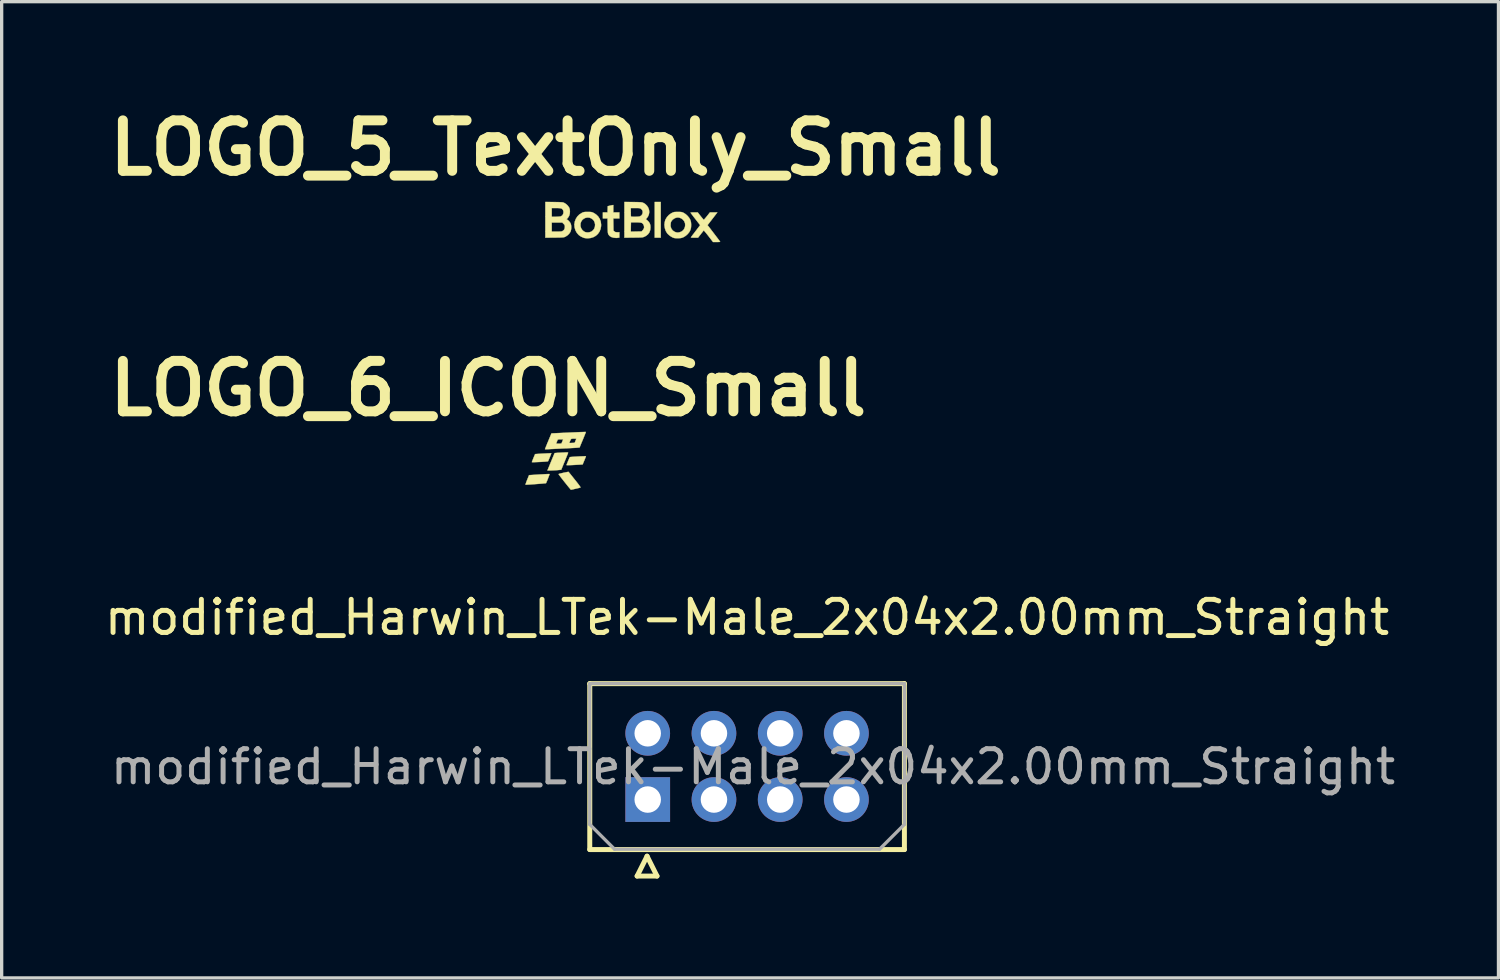
<source format=kicad_pcb>
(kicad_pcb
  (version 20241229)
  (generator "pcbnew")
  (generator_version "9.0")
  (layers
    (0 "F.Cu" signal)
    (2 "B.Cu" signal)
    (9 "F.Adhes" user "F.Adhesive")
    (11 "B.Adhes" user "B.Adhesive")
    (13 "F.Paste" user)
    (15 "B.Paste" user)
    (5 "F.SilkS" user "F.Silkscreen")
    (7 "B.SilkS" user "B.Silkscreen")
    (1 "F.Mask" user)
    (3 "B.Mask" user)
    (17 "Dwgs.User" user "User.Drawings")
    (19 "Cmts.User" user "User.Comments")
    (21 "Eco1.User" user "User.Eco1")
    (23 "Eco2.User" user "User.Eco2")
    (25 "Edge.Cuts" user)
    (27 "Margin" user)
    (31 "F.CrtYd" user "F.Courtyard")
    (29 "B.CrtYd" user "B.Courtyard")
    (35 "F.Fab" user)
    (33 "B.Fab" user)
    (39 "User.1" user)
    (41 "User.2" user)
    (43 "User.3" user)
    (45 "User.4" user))
  (footprint "LOGO_6_ICON_Small"
    (layer "F.Cu")
    (at 13.821 10.94)
    (property "Reference" "LOGO_6_ICON_Small" (at -2.13 -2.26 0) (layer "F.SilkS") (effects (font (size 1.524 1.524) (thickness 0.3))))
    (attr through_hole)
    (fp_poly (pts (xy 0.819 -0.216) (xy 0.817 -0.205) (xy 0.808 -0.18) (xy 0.793 -0.144) (xy 0.775 -0.099) (xy 0.771 -0.09) (xy 0.72 0.033) (xy 0.616 0.039) (xy 0.509 0.045) (xy 0.419 0.05) (xy 0.345 0.053) (xy 0.29 0.054) (xy 0.253 0.054) (xy 0.235 0.053) (xy 0.234 0.052) (xy 0.237 0.039) (xy 0.247 0.012) (xy 0.262 -0.024) (xy 0.278 -0.065) (xy 0.296 -0.106) (xy 0.312 -0.144) (xy 0.325 -0.172) (xy 0.332 -0.188) (xy 0.333 -0.189) (xy 0.345 -0.191) (xy 0.373 -0.194) (xy 0.415 -0.197) (xy 0.466 -0.201) (xy 0.524 -0.204) (xy 0.584 -0.208) (xy 0.645 -0.211) (xy 0.701 -0.213) (xy 0.75 -0.215) (xy 0.788 -0.216) (xy 0.812 -0.216) (xy 0.819 -0.216)) (stroke (width 0.01) (type solid)) (fill yes) (layer "F.SilkS"))
    (fp_poly (pts (xy -0.281 0.322) (xy -0.279 0.322) (xy -0.281 0.332) (xy -0.289 0.357) (xy -0.302 0.393) (xy -0.318 0.435) (xy -0.335 0.479) (xy -0.352 0.522) (xy -0.368 0.558) (xy -0.379 0.585) (xy -0.386 0.598) (xy -0.397 0.6) (xy -0.425 0.603) (xy -0.468 0.607) (xy -0.522 0.612) (xy -0.584 0.617) (xy -0.651 0.622) (xy -0.72 0.627) (xy -0.789 0.632) (xy -0.854 0.637) (xy -0.913 0.64) (xy -0.961 0.643) (xy -0.997 0.645) (xy -1.002 0.645) (xy -1.003 0.636) (xy -0.997 0.611) (xy -0.984 0.573) (xy -0.966 0.525) (xy -0.956 0.5) (xy -0.898 0.356) (xy -0.591 0.336) (xy -0.514 0.332) (xy -0.444 0.328) (xy -0.383 0.325) (xy -0.334 0.323) (xy -0.299 0.321) (xy -0.281 0.322)) (stroke (width 0.01) (type solid)) (fill yes) (layer "F.SilkS"))
    (fp_poly (pts (xy -0.226 -0.306) (xy -0.229 -0.296) (xy -0.237 -0.272) (xy -0.251 -0.237) (xy -0.267 -0.197) (xy -0.284 -0.156) (xy -0.3 -0.118) (xy -0.313 -0.087) (xy -0.323 -0.067) (xy -0.325 -0.063) (xy -0.337 -0.06) (xy -0.365 -0.057) (xy -0.406 -0.053) (xy -0.457 -0.05) (xy -0.515 -0.046) (xy -0.575 -0.043) (xy -0.635 -0.04) (xy -0.692 -0.038) (xy -0.741 -0.036) (xy -0.78 -0.035) (xy -0.805 -0.036) (xy -0.813 -0.038) (xy -0.809 -0.049) (xy -0.799 -0.075) (xy -0.785 -0.111) (xy -0.769 -0.152) (xy -0.752 -0.193) (xy -0.736 -0.231) (xy -0.724 -0.26) (xy -0.716 -0.277) (xy -0.715 -0.279) (xy -0.704 -0.281) (xy -0.676 -0.283) (xy -0.635 -0.286) (xy -0.584 -0.289) (xy -0.527 -0.293) (xy -0.466 -0.296) (xy -0.405 -0.299) (xy -0.349 -0.302) (xy -0.299 -0.304) (xy -0.259 -0.306) (xy -0.234 -0.306) (xy -0.226 -0.306)) (stroke (width 0.01) (type solid)) (fill yes) (layer "F.SilkS"))
    (fp_poly (pts (xy 0.262 -0.331) (xy 0.275 -0.329) (xy 0.28 -0.325) (xy 0.281 -0.32) (xy 0.28 -0.315) (xy 0.275 -0.3) (xy 0.263 -0.27) (xy 0.245 -0.226) (xy 0.223 -0.171) (xy 0.198 -0.109) (xy 0.174 -0.051) (xy 0.074 0.193) (xy 0.009 0.199) (xy -0.042 0.204) (xy -0.098 0.208) (xy -0.156 0.211) (xy -0.211 0.213) (xy -0.261 0.215) (xy -0.302 0.215) (xy -0.33 0.215) (xy -0.343 0.213) (xy -0.343 0.212) (xy -0.338 0.2) (xy -0.326 0.173) (xy -0.309 0.131) (xy -0.287 0.079) (xy -0.262 0.018) (xy -0.234 -0.05) (xy -0.234 -0.051) (xy -0.206 -0.118) (xy -0.181 -0.179) (xy -0.159 -0.231) (xy -0.142 -0.272) (xy -0.13 -0.299) (xy -0.125 -0.31) (xy -0.125 -0.31) (xy -0.114 -0.312) (xy -0.086 -0.314) (xy -0.043 -0.318) (xy 0.01 -0.321) (xy 0.071 -0.324) (xy 0.082 -0.325) (xy 0.151 -0.328) (xy 0.202 -0.331) (xy 0.238 -0.332) (xy 0.262 -0.331)) (stroke (width 0.01) (type solid)) (fill yes) (layer "F.SilkS"))
    (fp_poly (pts (xy 0.296 0.257) (xy 0.303 0.266) (xy 0.322 0.29) (xy 0.35 0.325) (xy 0.386 0.37) (xy 0.428 0.422) (xy 0.474 0.48) (xy 0.486 0.495) (xy 0.541 0.564) (xy 0.584 0.619) (xy 0.615 0.661) (xy 0.637 0.691) (xy 0.65 0.712) (xy 0.655 0.725) (xy 0.653 0.73) (xy 0.653 0.73) (xy 0.633 0.736) (xy 0.601 0.744) (xy 0.559 0.754) (xy 0.513 0.765) (xy 0.467 0.775) (xy 0.425 0.785) (xy 0.392 0.792) (xy 0.371 0.796) (xy 0.367 0.797) (xy 0.359 0.789) (xy 0.341 0.767) (xy 0.313 0.734) (xy 0.277 0.69) (xy 0.235 0.638) (xy 0.189 0.58) (xy 0.174 0.562) (xy 0.128 0.503) (xy 0.085 0.449) (xy 0.049 0.402) (xy 0.021 0.364) (xy 0.002 0.338) (xy -0.006 0.324) (xy -0.007 0.323) (xy 0.006 0.318) (xy 0.034 0.31) (xy 0.072 0.3) (xy 0.117 0.29) (xy 0.165 0.279) (xy 0.211 0.27) (xy 0.25 0.262) (xy 0.28 0.257) (xy 0.295 0.256) (xy 0.296 0.257)) (stroke (width 0.01) (type solid)) (fill yes) (layer "F.SilkS"))
    (fp_poly (pts (xy 0.817 -0.949) (xy 0.815 -0.939) (xy 0.805 -0.912) (xy 0.79 -0.873) (xy 0.769 -0.822) (xy 0.745 -0.763) (xy 0.726 -0.716) (xy 0.699 -0.653) (xy 0.675 -0.595) (xy 0.655 -0.546) (xy 0.64 -0.509) (xy 0.63 -0.486) (xy 0.628 -0.48) (xy 0.617 -0.478) (xy 0.589 -0.476) (xy 0.544 -0.472) (xy 0.485 -0.468) (xy 0.414 -0.464) (xy 0.334 -0.46) (xy 0.245 -0.455) (xy 0.188 -0.453) (xy 0.092 -0.448) (xy -0.001 -0.444) (xy -0.087 -0.44) (xy -0.165 -0.436) (xy -0.232 -0.433) (xy -0.285 -0.43) (xy -0.322 -0.428) (xy -0.333 -0.427) (xy -0.371 -0.425) (xy -0.4 -0.426) (xy -0.415 -0.428) (xy -0.417 -0.429) (xy -0.413 -0.44) (xy -0.402 -0.467) (xy -0.386 -0.508) (xy -0.365 -0.559) (xy -0.35 -0.594) (xy -0.081 -0.594) (xy -0.001 -0.594) (xy 0.046 -0.596) (xy 0.075 -0.6) (xy 0.084 -0.607) (xy 0.087 -0.614) (xy 0.316 -0.614) (xy 0.398 -0.617) (xy 0.479 -0.62) (xy 0.504 -0.68) (xy 0.516 -0.711) (xy 0.525 -0.734) (xy 0.528 -0.743) (xy 0.519 -0.745) (xy 0.494 -0.746) (xy 0.459 -0.747) (xy 0.453 -0.747) (xy 0.412 -0.746) (xy 0.386 -0.742) (xy 0.368 -0.73) (xy 0.354 -0.707) (xy 0.338 -0.668) (xy 0.337 -0.668) (xy 0.316 -0.614) (xy 0.087 -0.614) (xy 0.091 -0.623) (xy 0.102 -0.651) (xy 0.111 -0.673) (xy 0.132 -0.726) (xy 0.052 -0.726) (xy 0.004 -0.725) (xy -0.024 -0.72) (xy -0.033 -0.714) (xy -0.04 -0.698) (xy -0.051 -0.67) (xy -0.06 -0.648) (xy -0.081 -0.594) (xy -0.35 -0.594) (xy -0.34 -0.619) (xy -0.319 -0.671) (xy -0.221 -0.905) (xy 0.296 -0.929) (xy 0.397 -0.933) (xy 0.491 -0.937) (xy 0.577 -0.941) (xy 0.653 -0.944) (xy 0.717 -0.946) (xy 0.766 -0.948) (xy 0.8 -0.949) (xy 0.816 -0.949) (xy 0.817 -0.949)) (stroke (width 0.01) (type solid)) (fill yes) (layer "F.SilkS")))
  (footprint "modified_Harwin_LTek-Male_2x04x2.00mm_Straight"
    (layer "F.Cu")
    (at 16.506 21.09)
    (property "Reference" "modified_Harwin_LTek-Male_2x04x2.00mm_Straight" (at 3 -5.5 0) (layer "F.SilkS") (effects (font (size 1 1) (thickness 0.15))))
    (attr through_hole)
    (fp_line (start -1.75 -3.5) (end 7.75 -3.5) (stroke (width 0.15) (type solid)) (layer "F.SilkS"))
    (fp_line (start -1.75 1.51) (end -1.75 -3.5) (stroke (width 0.15) (type solid)) (layer "F.SilkS"))
    (fp_line (start -0.32 2.31) (end 0.28 2.31) (stroke (width 0.15) (type solid)) (layer "F.SilkS"))
    (fp_line (start -0.02 1.71) (end -0.32 2.31) (stroke (width 0.15) (type solid)) (layer "F.SilkS"))
    (fp_line (start 0.28 2.31) (end -0.02 1.71) (stroke (width 0.15) (type solid)) (layer "F.SilkS"))
    (fp_line (start 7.75 -3.5) (end 7.75 1.51) (stroke (width 0.15) (type solid)) (layer "F.SilkS"))
    (fp_line (start 7.75 1.51) (end -1.75 1.51) (stroke (width 0.15) (type solid)) (layer "F.SilkS"))
    (fp_line (start -1.75 -3.5) (end 7.75 -3.5) (stroke (width 0.1) (type solid)) (layer "F.Fab"))
    (fp_line (start -1.75 0.75) (end -1.75 -3.5) (stroke (width 0.1) (type solid)) (layer "F.Fab"))
    (fp_line (start -1 1.5) (end -1.75 0.75) (stroke (width 0.1) (type solid)) (layer "F.Fab"))
    (fp_line (start 7 1.5) (end -1 1.5) (stroke (width 0.1) (type solid)) (layer "F.Fab"))
    (fp_line (start 7.75 -3.5) (end 7.75 0.75) (stroke (width 0.1) (type solid)) (layer "F.Fab"))
    (fp_line (start 7.75 0.75) (end 7 1.5) (stroke (width 0.1) (type solid)) (layer "F.Fab"))
    (fp_text user "${REFERENCE}" (at 3.18 -0.99 0) (layer "F.Fab") (effects (font (size 1 1) (thickness 0.15))))
    (pad "1" thru_hole rect (at 0 0) (size 1.35 1.35) (drill 0.8) (layers "*.Cu" "*.Mask"))
    (pad "2" thru_hole circle (at 2 0) (size 1.35 1.35) (drill 0.8) (layers "*.Cu" "*.Mask"))
    (pad "3" thru_hole circle (at 4 0) (size 1.35 1.35) (drill 0.8) (layers "*.Cu" "*.Mask"))
    (pad "4" thru_hole circle (at 6 0) (size 1.35 1.35) (drill 0.8) (layers "*.Cu" "*.Mask"))
    (pad "5" thru_hole circle (at 0 -2) (size 1.35 1.35) (drill 0.8) (layers "*.Cu" "*.Mask"))
    (pad "6" thru_hole circle (at 2 -2) (size 1.35 1.35) (drill 0.8) (layers "*.Cu" "*.Mask"))
    (pad "7" thru_hole circle (at 4 -2) (size 1.35 1.35) (drill 0.8) (layers "*.Cu" "*.Mask"))
    (pad "8" thru_hole circle (at 6 -2) (size 1.35 1.35) (drill 0.8) (layers "*.Cu" "*.Mask")))
  (footprint "LOGO_5_TextOnly_Small"
    (layer "F.Cu")
    (at 15.853 3.678)
    (property "Reference" "LOGO_5_TextOnly_Small" (at -2.13 -2.26 0) (layer "F.SilkS") (effects (font (size 1.524 1.524) (thickness 0.3))))
    (attr through_hole)
    (fp_poly (pts (xy 1.046 0.447) (xy 0.864 0.447) (xy 0.864 -0.63) (xy 1.046 -0.63) (xy 1.046 0.447)) (stroke (width 0.01) (type solid)) (fill yes) (layer "F.SilkS"))
    (fp_poly (pts (xy -0.386 -0.315) (xy -0.203 -0.315) (xy -0.203 -0.132) (xy -0.387 -0.132) (xy -0.384 0.052) (xy -0.381 0.235) (xy -0.352 0.26) (xy -0.331 0.275) (xy -0.306 0.282) (xy -0.269 0.284) (xy -0.264 0.284) (xy -0.203 0.284) (xy -0.203 0.444) (xy -0.241 0.451) (xy -0.276 0.455) (xy -0.309 0.455) (xy -0.349 0.451) (xy -0.386 0.446) (xy -0.448 0.427) (xy -0.498 0.396) (xy -0.532 0.353) (xy -0.534 0.349) (xy -0.541 0.334) (xy -0.546 0.315) (xy -0.55 0.292) (xy -0.552 0.259) (xy -0.554 0.214) (xy -0.556 0.155) (xy -0.557 0.089) (xy -0.56 -0.132) (xy -0.701 -0.132) (xy -0.701 -0.315) (xy -0.56 -0.315) (xy -0.557 -0.408) (xy -0.554 -0.502) (xy -0.507 -0.514) (xy -0.469 -0.523) (xy -0.432 -0.531) (xy -0.423 -0.533) (xy -0.386 -0.539) (xy -0.386 -0.315)) (stroke (width 0.01) (type solid)) (fill yes) (layer "F.SilkS"))
    (fp_poly (pts (xy -1.106 -0.33) (xy -1.069 -0.328) (xy -1.041 -0.324) (xy -1.017 -0.317) (xy -0.991 -0.305) (xy -0.986 -0.303) (xy -0.906 -0.253) (xy -0.842 -0.191) (xy -0.795 -0.118) (xy -0.765 -0.037) (xy -0.754 0.053) (xy -0.755 0.099) (xy -0.771 0.187) (xy -0.804 0.267) (xy -0.852 0.335) (xy -0.914 0.391) (xy -0.987 0.432) (xy -1.071 0.458) (xy -1.162 0.467) (xy -1.162 0.467) (xy -1.205 0.464) (xy -1.247 0.459) (xy -1.275 0.453) (xy -1.36 0.416) (xy -1.432 0.365) (xy -1.489 0.299) (xy -1.531 0.222) (xy -1.556 0.133) (xy -1.562 0.045) (xy -1.56 0.038) (xy -1.378 0.038) (xy -1.376 0.103) (xy -1.357 0.163) (xy -1.322 0.217) (xy -1.274 0.259) (xy -1.234 0.279) (xy -1.179 0.29) (xy -1.118 0.287) (xy -1.06 0.269) (xy -1.041 0.259) (xy -0.994 0.221) (xy -0.96 0.171) (xy -0.941 0.113) (xy -0.936 0.052) (xy -0.947 -0.008) (xy -0.973 -0.064) (xy -1 -0.097) (xy -1.052 -0.135) (xy -1.108 -0.157) (xy -1.166 -0.161) (xy -1.223 -0.151) (xy -1.276 -0.126) (xy -1.321 -0.089) (xy -1.355 -0.039) (xy -1.376 0.021) (xy -1.378 0.038) (xy -1.56 0.038) (xy -1.548 -0.04) (xy -1.517 -0.12) (xy -1.471 -0.192) (xy -1.409 -0.254) (xy -1.334 -0.301) (xy -1.334 -0.301) (xy -1.306 -0.314) (xy -1.282 -0.322) (xy -1.256 -0.327) (xy -1.222 -0.33) (xy -1.174 -0.33) (xy -1.158 -0.33) (xy -1.106 -0.33)) (stroke (width 0.01) (type solid)) (fill yes) (layer "F.SilkS"))
    (fp_poly (pts (xy 2.25 -0.203) (xy 2.283 -0.163) (xy 2.311 -0.129) (xy 2.332 -0.105) (xy 2.344 -0.092) (xy 2.346 -0.091) (xy 2.355 -0.099) (xy 2.373 -0.12) (xy 2.4 -0.151) (xy 2.431 -0.189) (xy 2.443 -0.203) (xy 2.531 -0.315) (xy 2.755 -0.315) (xy 2.671 -0.206) (xy 2.632 -0.155) (xy 2.591 -0.102) (xy 2.551 -0.051) (xy 2.523 -0.014) (xy 2.459 0.069) (xy 2.646 0.313) (xy 2.693 0.375) (xy 2.736 0.431) (xy 2.774 0.481) (xy 2.804 0.521) (xy 2.826 0.55) (xy 2.838 0.566) (xy 2.839 0.568) (xy 2.834 0.574) (xy 2.811 0.577) (xy 2.768 0.579) (xy 2.736 0.579) (xy 2.625 0.579) (xy 2.489 0.402) (xy 2.449 0.351) (xy 2.413 0.306) (xy 2.382 0.27) (xy 2.36 0.244) (xy 2.347 0.231) (xy 2.345 0.23) (xy 2.336 0.239) (xy 2.318 0.262) (xy 2.292 0.294) (xy 2.262 0.332) (xy 2.255 0.341) (xy 2.173 0.447) (xy 2.061 0.447) (xy 2.01 0.447) (xy 1.978 0.445) (xy 1.961 0.442) (xy 1.957 0.437) (xy 1.958 0.434) (xy 1.967 0.423) (xy 1.986 0.398) (xy 2.014 0.361) (xy 2.048 0.317) (xy 2.086 0.266) (xy 2.102 0.246) (xy 2.236 0.07) (xy 2.101 -0.104) (xy 2.06 -0.156) (xy 2.023 -0.204) (xy 1.992 -0.245) (xy 1.969 -0.276) (xy 1.955 -0.294) (xy 1.953 -0.297) (xy 1.948 -0.305) (xy 1.95 -0.31) (xy 1.962 -0.313) (xy 1.986 -0.314) (xy 2.027 -0.315) (xy 2.051 -0.315) (xy 2.163 -0.315) (xy 2.25 -0.203)) (stroke (width 0.01) (type solid)) (fill yes) (layer "F.SilkS"))
    (fp_poly (pts (xy 1.616 -0.33) (xy 1.652 -0.328) (xy 1.679 -0.324) (xy 1.703 -0.317) (xy 1.727 -0.306) (xy 1.743 -0.298) (xy 1.802 -0.26) (xy 1.857 -0.209) (xy 1.904 -0.152) (xy 1.937 -0.094) (xy 1.941 -0.084) (xy 1.954 -0.044) (xy 1.961 -0.001) (xy 1.964 0.052) (xy 1.964 0.066) (xy 1.962 0.122) (xy 1.956 0.167) (xy 1.944 0.207) (xy 1.941 0.216) (xy 1.908 0.279) (xy 1.86 0.338) (xy 1.801 0.391) (xy 1.74 0.429) (xy 1.704 0.445) (xy 1.673 0.455) (xy 1.639 0.461) (xy 1.594 0.463) (xy 1.581 0.464) (xy 1.534 0.464) (xy 1.488 0.462) (xy 1.453 0.458) (xy 1.445 0.456) (xy 1.401 0.439) (xy 1.35 0.41) (xy 1.3 0.373) (xy 1.257 0.333) (xy 1.237 0.31) (xy 1.197 0.242) (xy 1.171 0.164) (xy 1.159 0.081) (xy 1.16 0.059) (xy 1.341 0.059) (xy 1.348 0.125) (xy 1.371 0.184) (xy 1.411 0.233) (xy 1.465 0.27) (xy 1.504 0.285) (xy 1.545 0.293) (xy 1.59 0.29) (xy 1.633 0.279) (xy 1.689 0.253) (xy 1.734 0.212) (xy 1.765 0.159) (xy 1.782 0.099) (xy 1.782 0.033) (xy 1.778 0.009) (xy 1.754 -0.049) (xy 1.715 -0.098) (xy 1.664 -0.135) (xy 1.606 -0.157) (xy 1.561 -0.163) (xy 1.506 -0.154) (xy 1.452 -0.13) (xy 1.405 -0.095) (xy 1.369 -0.052) (xy 1.352 -0.014) (xy 1.341 0.059) (xy 1.16 0.059) (xy 1.163 -0.002) (xy 1.181 -0.08) (xy 1.191 -0.103) (xy 1.235 -0.175) (xy 1.293 -0.238) (xy 1.362 -0.288) (xy 1.38 -0.297) (xy 1.41 -0.311) (xy 1.435 -0.321) (xy 1.461 -0.327) (xy 1.492 -0.329) (xy 1.535 -0.33) (xy 1.564 -0.33) (xy 1.616 -0.33)) (stroke (width 0.01) (type solid)) (fill yes) (layer "F.SilkS"))
    (fp_poly (pts (xy 0.211 -0.628) (xy 0.292 -0.627) (xy 0.355 -0.626) (xy 0.403 -0.624) (xy 0.439 -0.622) (xy 0.466 -0.619) (xy 0.487 -0.615) (xy 0.503 -0.61) (xy 0.519 -0.603) (xy 0.583 -0.564) (xy 0.634 -0.513) (xy 0.671 -0.453) (xy 0.693 -0.388) (xy 0.699 -0.321) (xy 0.688 -0.254) (xy 0.661 -0.191) (xy 0.634 -0.154) (xy 0.597 -0.111) (xy 0.645 -0.07) (xy 0.688 -0.025) (xy 0.716 0.019) (xy 0.731 0.07) (xy 0.736 0.134) (xy 0.736 0.137) (xy 0.728 0.218) (xy 0.703 0.287) (xy 0.662 0.344) (xy 0.603 0.392) (xy 0.56 0.415) (xy 0.542 0.423) (xy 0.526 0.429) (xy 0.509 0.434) (xy 0.487 0.438) (xy 0.459 0.44) (xy 0.421 0.442) (xy 0.37 0.443) (xy 0.305 0.444) (xy 0.226 0.445) (xy -0.051 0.448) (xy -0.051 0.266) (xy 0.142 0.266) (xy 0.469 0.259) (xy 0.503 0.222) (xy 0.534 0.178) (xy 0.545 0.133) (xy 0.537 0.085) (xy 0.53 0.068) (xy 0.515 0.039) (xy 0.498 0.018) (xy 0.475 0.003) (xy 0.443 -0.007) (xy 0.4 -0.012) (xy 0.341 -0.015) (xy 0.295 -0.015) (xy 0.147 -0.015) (xy 0.144 0.125) (xy 0.142 0.266) (xy -0.051 0.266) (xy -0.051 -0.447) (xy 0.142 -0.447) (xy 0.142 -0.322) (xy 0.143 -0.273) (xy 0.144 -0.232) (xy 0.146 -0.203) (xy 0.149 -0.19) (xy 0.149 -0.19) (xy 0.163 -0.186) (xy 0.191 -0.184) (xy 0.231 -0.183) (xy 0.276 -0.183) (xy 0.322 -0.184) (xy 0.363 -0.187) (xy 0.396 -0.19) (xy 0.413 -0.194) (xy 0.456 -0.219) (xy 0.485 -0.255) (xy 0.5 -0.297) (xy 0.501 -0.341) (xy 0.487 -0.382) (xy 0.456 -0.418) (xy 0.448 -0.424) (xy 0.432 -0.433) (xy 0.416 -0.44) (xy 0.394 -0.444) (xy 0.364 -0.446) (xy 0.32 -0.447) (xy 0.278 -0.447) (xy 0.142 -0.447) (xy -0.051 -0.447) (xy -0.051 -0.631) (xy 0.211 -0.628)) (stroke (width 0.01) (type solid)) (fill yes) (layer "F.SilkS"))
    (fp_poly (pts (xy -2.177 -0.628) (xy -2.097 -0.627) (xy -2.034 -0.626) (xy -1.987 -0.624) (xy -1.951 -0.622) (xy -1.925 -0.62) (xy -1.905 -0.616) (xy -1.888 -0.611) (xy -1.873 -0.604) (xy -1.865 -0.6) (xy -1.809 -0.565) (xy -1.76 -0.519) (xy -1.724 -0.468) (xy -1.716 -0.454) (xy -1.7 -0.399) (xy -1.696 -0.336) (xy -1.702 -0.271) (xy -1.719 -0.214) (xy -1.723 -0.205) (xy -1.743 -0.172) (xy -1.764 -0.143) (xy -1.776 -0.131) (xy -1.793 -0.115) (xy -1.793 -0.106) (xy -1.789 -0.104) (xy -1.765 -0.089) (xy -1.735 -0.062) (xy -1.706 -0.03) (xy -1.683 0.003) (xy -1.677 0.014) (xy -1.661 0.064) (xy -1.655 0.124) (xy -1.658 0.188) (xy -1.671 0.246) (xy -1.68 0.269) (xy -1.715 0.323) (xy -1.764 0.373) (xy -1.822 0.412) (xy -1.838 0.42) (xy -1.853 0.427) (xy -1.869 0.432) (xy -1.889 0.436) (xy -1.914 0.439) (xy -1.949 0.441) (xy -1.995 0.443) (xy -2.055 0.444) (xy -2.132 0.445) (xy -2.162 0.445) (xy -2.438 0.448) (xy -2.438 -0.01) (xy -2.245 -0.01) (xy -2.245 0.264) (xy -2.094 0.264) (xy -2.035 0.264) (xy -1.993 0.263) (xy -1.963 0.261) (xy -1.942 0.257) (xy -1.926 0.251) (xy -1.911 0.242) (xy -1.909 0.241) (xy -1.875 0.211) (xy -1.856 0.175) (xy -1.849 0.126) (xy -1.849 0.118) (xy -1.851 0.087) (xy -1.859 0.064) (xy -1.877 0.041) (xy -1.889 0.029) (xy -1.928 -0.01) (xy -2.245 -0.01) (xy -2.438 -0.01) (xy -2.438 -0.447) (xy -2.245 -0.447) (xy -2.245 -0.183) (xy -2.126 -0.183) (xy -2.075 -0.185) (xy -2.028 -0.188) (xy -1.991 -0.192) (xy -1.971 -0.196) (xy -1.933 -0.219) (xy -1.906 -0.255) (xy -1.892 -0.299) (xy -1.892 -0.347) (xy -1.905 -0.386) (xy -1.92 -0.409) (xy -1.939 -0.426) (xy -1.966 -0.437) (xy -2.004 -0.443) (xy -2.057 -0.446) (xy -2.113 -0.447) (xy -2.245 -0.447) (xy -2.438 -0.447) (xy -2.438 -0.631) (xy -2.177 -0.628)) (stroke (width 0.01) (type solid)) (fill yes) (layer "F.SilkS")))
  (gr_rect
    (start -3 -3)
    (end 42.192 26.475)
    (stroke (width 0.1) (type default))
    (fill no)
    (layer "Edge.Cuts")))
</source>
